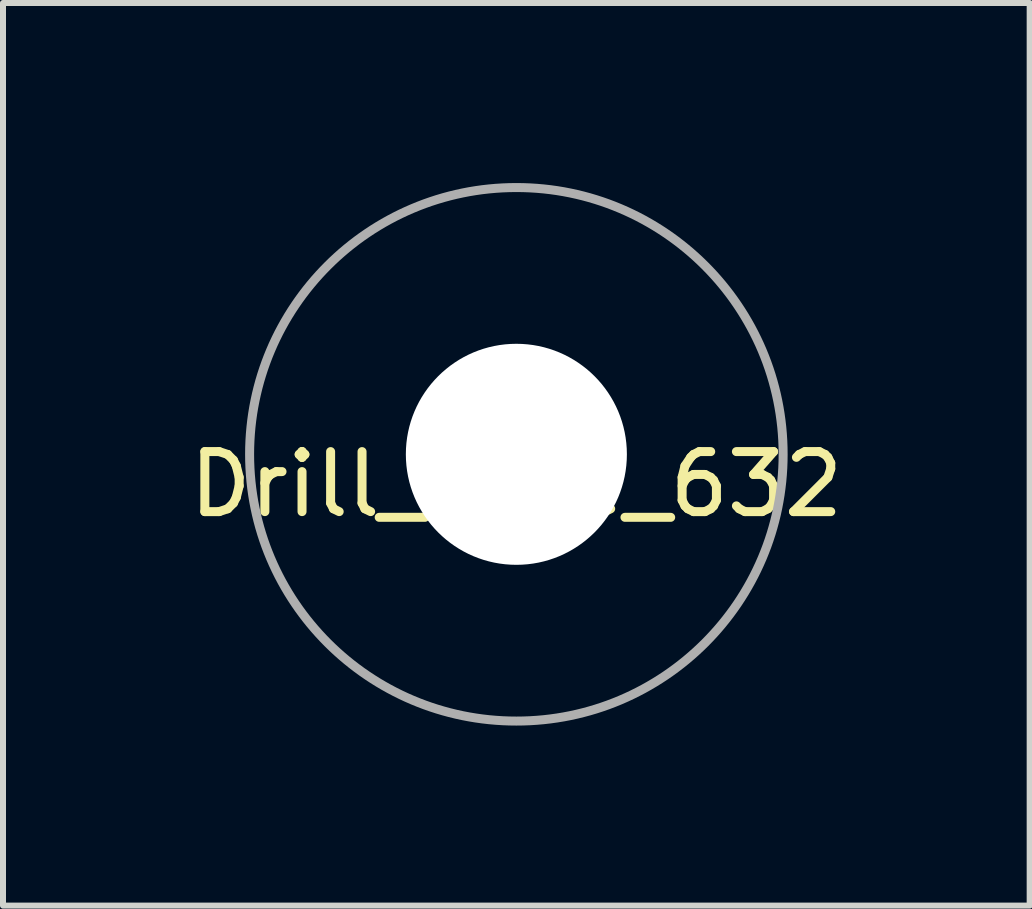
<source format=kicad_pcb>
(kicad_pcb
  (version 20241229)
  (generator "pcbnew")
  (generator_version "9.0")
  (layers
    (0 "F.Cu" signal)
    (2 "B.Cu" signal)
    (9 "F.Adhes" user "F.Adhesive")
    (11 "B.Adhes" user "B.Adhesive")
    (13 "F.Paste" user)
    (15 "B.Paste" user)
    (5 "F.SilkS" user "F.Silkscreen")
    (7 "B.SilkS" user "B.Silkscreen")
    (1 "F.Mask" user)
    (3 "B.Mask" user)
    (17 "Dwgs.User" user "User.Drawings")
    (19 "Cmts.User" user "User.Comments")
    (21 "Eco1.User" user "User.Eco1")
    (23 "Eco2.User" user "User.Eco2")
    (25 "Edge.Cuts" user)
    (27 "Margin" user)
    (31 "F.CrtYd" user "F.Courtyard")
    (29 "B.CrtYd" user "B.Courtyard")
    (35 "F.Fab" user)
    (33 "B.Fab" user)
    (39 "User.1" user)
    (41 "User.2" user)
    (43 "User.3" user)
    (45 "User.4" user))
  (footprint "Drill_Hole_632"
    (layer "F.Cu")
    (at 5.554 4.52)
    (property "Reference" "Drill_Hole_632" (at 0 0.5 0) (layer "F.SilkS") (effects (font (size 1 1) (thickness 0.15))))
    (attr through_hole)
    (fp_circle (center 0 0) (end 4.445 0) (stroke (width 0.15) (type solid)) (fill no) (layer "F.Fab"))
    (pad "" np_thru_hole circle (at 0 0) (size 3.683 3.683) (drill 3.683) (layers "*.Cu" "*.Mask")))
  (gr_rect
    (start -3 -3)
    (end 14.107 12.04)
    (stroke (width 0.1) (type default))
    (fill no)
    (layer "Edge.Cuts")))
</source>
